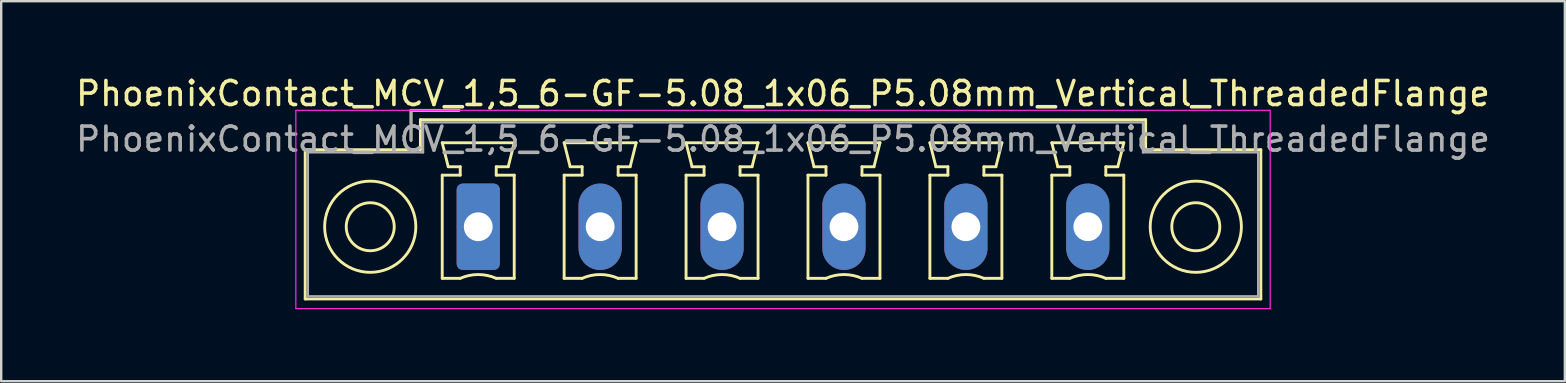
<source format=kicad_pcb>
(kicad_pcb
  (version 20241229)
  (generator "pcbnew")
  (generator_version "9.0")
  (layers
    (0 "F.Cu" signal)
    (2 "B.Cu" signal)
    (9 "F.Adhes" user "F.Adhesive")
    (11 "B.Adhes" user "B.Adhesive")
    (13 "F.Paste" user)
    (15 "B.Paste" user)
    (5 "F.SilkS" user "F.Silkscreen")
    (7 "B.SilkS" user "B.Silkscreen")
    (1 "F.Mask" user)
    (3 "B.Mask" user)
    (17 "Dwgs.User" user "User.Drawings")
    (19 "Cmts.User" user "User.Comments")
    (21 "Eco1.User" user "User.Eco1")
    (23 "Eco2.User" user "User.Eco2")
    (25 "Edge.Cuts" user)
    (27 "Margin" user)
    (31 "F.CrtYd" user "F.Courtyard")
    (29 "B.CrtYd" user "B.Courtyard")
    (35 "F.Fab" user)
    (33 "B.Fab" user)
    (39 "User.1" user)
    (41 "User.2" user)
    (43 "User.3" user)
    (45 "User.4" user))
  (footprint "PhoenixContact_MCV_1,5_6-GF-5.08_1x06_P5.08mm_Vertical_ThreadedFlange"
    (layer "F.Cu")
    (at 16.877 6.398)
    (property "Reference" "PhoenixContact_MCV_1,5_6-GF-5.08_1x06_P5.08mm_Vertical_ThreadedFlange" (at 12.7 -5.55 0) (layer "F.SilkS") (effects (font (size 1 1) (thickness 0.15))))
    (attr through_hole)
    (fp_line (start -7.21 -3.21) (end -7.21 3.01) (stroke (width 0.12) (type solid)) (layer "F.SilkS"))
    (fp_line (start -7.21 3.01) (end 32.61 3.01) (stroke (width 0.12) (type solid)) (layer "F.SilkS"))
    (fp_line (start -2.8 -4.85) (end -0.8 -4.85) (stroke (width 0.12) (type solid)) (layer "F.SilkS"))
    (fp_line (start -2.8 -3.6) (end -2.8 -4.85) (stroke (width 0.12) (type solid)) (layer "F.SilkS"))
    (fp_line (start -2.41 -4.46) (end -2.41 -3.21) (stroke (width 0.12) (type solid)) (layer "F.SilkS"))
    (fp_line (start -2.41 -3.21) (end -7.21 -3.21) (stroke (width 0.12) (type solid)) (layer "F.SilkS"))
    (fp_line (start -1.5 -3.5) (end 1.5 -3.5) (stroke (width 0.12) (type solid)) (layer "F.SilkS"))
    (fp_line (start -1.5 -2.15) (end -0.75 -2.15) (stroke (width 0.12) (type solid)) (layer "F.SilkS"))
    (fp_line (start -1.5 2.15) (end -1.5 -2.15) (stroke (width 0.12) (type solid)) (layer "F.SilkS"))
    (fp_line (start -1.25 -2.5) (end -1.5 -3.5) (stroke (width 0.12) (type solid)) (layer "F.SilkS"))
    (fp_line (start -0.75 -2.5) (end -1.25 -2.5) (stroke (width 0.12) (type solid)) (layer "F.SilkS"))
    (fp_line (start -0.75 -2.15) (end -0.75 -2.5) (stroke (width 0.12) (type solid)) (layer "F.SilkS"))
    (fp_line (start -0.75 2.15) (end -1.5 2.15) (stroke (width 0.12) (type solid)) (layer "F.SilkS"))
    (fp_line (start 0.75 -2.5) (end 0.75 -2.15) (stroke (width 0.12) (type solid)) (layer "F.SilkS"))
    (fp_line (start 0.75 -2.15) (end 1.5 -2.15) (stroke (width 0.12) (type solid)) (layer "F.SilkS"))
    (fp_line (start 1.25 -2.5) (end 0.75 -2.5) (stroke (width 0.12) (type solid)) (layer "F.SilkS"))
    (fp_line (start 1.5 -3.5) (end 1.25 -2.5) (stroke (width 0.12) (type solid)) (layer "F.SilkS"))
    (fp_line (start 1.5 -2.15) (end 1.5 2.15) (stroke (width 0.12) (type solid)) (layer "F.SilkS"))
    (fp_line (start 1.5 2.15) (end 0.75 2.15) (stroke (width 0.12) (type solid)) (layer "F.SilkS"))
    (fp_line (start 3.58 -3.5) (end 6.58 -3.5) (stroke (width 0.12) (type solid)) (layer "F.SilkS"))
    (fp_line (start 3.58 -2.15) (end 4.33 -2.15) (stroke (width 0.12) (type solid)) (layer "F.SilkS"))
    (fp_line (start 3.58 2.15) (end 3.58 -2.15) (stroke (width 0.12) (type solid)) (layer "F.SilkS"))
    (fp_line (start 3.83 -2.5) (end 3.58 -3.5) (stroke (width 0.12) (type solid)) (layer "F.SilkS"))
    (fp_line (start 4.33 -2.5) (end 3.83 -2.5) (stroke (width 0.12) (type solid)) (layer "F.SilkS"))
    (fp_line (start 4.33 -2.15) (end 4.33 -2.5) (stroke (width 0.12) (type solid)) (layer "F.SilkS"))
    (fp_line (start 4.33 2.15) (end 3.58 2.15) (stroke (width 0.12) (type solid)) (layer "F.SilkS"))
    (fp_line (start 5.83 -2.5) (end 5.83 -2.15) (stroke (width 0.12) (type solid)) (layer "F.SilkS"))
    (fp_line (start 5.83 -2.15) (end 6.58 -2.15) (stroke (width 0.12) (type solid)) (layer "F.SilkS"))
    (fp_line (start 6.33 -2.5) (end 5.83 -2.5) (stroke (width 0.12) (type solid)) (layer "F.SilkS"))
    (fp_line (start 6.58 -3.5) (end 6.33 -2.5) (stroke (width 0.12) (type solid)) (layer "F.SilkS"))
    (fp_line (start 6.58 -2.15) (end 6.58 2.15) (stroke (width 0.12) (type solid)) (layer "F.SilkS"))
    (fp_line (start 6.58 2.15) (end 5.83 2.15) (stroke (width 0.12) (type solid)) (layer "F.SilkS"))
    (fp_line (start 8.66 -3.5) (end 11.66 -3.5) (stroke (width 0.12) (type solid)) (layer "F.SilkS"))
    (fp_line (start 8.66 -2.15) (end 9.41 -2.15) (stroke (width 0.12) (type solid)) (layer "F.SilkS"))
    (fp_line (start 8.66 2.15) (end 8.66 -2.15) (stroke (width 0.12) (type solid)) (layer "F.SilkS"))
    (fp_line (start 8.91 -2.5) (end 8.66 -3.5) (stroke (width 0.12) (type solid)) (layer "F.SilkS"))
    (fp_line (start 9.41 -2.5) (end 8.91 -2.5) (stroke (width 0.12) (type solid)) (layer "F.SilkS"))
    (fp_line (start 9.41 -2.15) (end 9.41 -2.5) (stroke (width 0.12) (type solid)) (layer "F.SilkS"))
    (fp_line (start 9.41 2.15) (end 8.66 2.15) (stroke (width 0.12) (type solid)) (layer "F.SilkS"))
    (fp_line (start 10.91 -2.5) (end 10.91 -2.15) (stroke (width 0.12) (type solid)) (layer "F.SilkS"))
    (fp_line (start 10.91 -2.15) (end 11.66 -2.15) (stroke (width 0.12) (type solid)) (layer "F.SilkS"))
    (fp_line (start 11.41 -2.5) (end 10.91 -2.5) (stroke (width 0.12) (type solid)) (layer "F.SilkS"))
    (fp_line (start 11.66 -3.5) (end 11.41 -2.5) (stroke (width 0.12) (type solid)) (layer "F.SilkS"))
    (fp_line (start 11.66 -2.15) (end 11.66 2.15) (stroke (width 0.12) (type solid)) (layer "F.SilkS"))
    (fp_line (start 11.66 2.15) (end 10.91 2.15) (stroke (width 0.12) (type solid)) (layer "F.SilkS"))
    (fp_line (start 13.74 -3.5) (end 16.74 -3.5) (stroke (width 0.12) (type solid)) (layer "F.SilkS"))
    (fp_line (start 13.74 -2.15) (end 14.49 -2.15) (stroke (width 0.12) (type solid)) (layer "F.SilkS"))
    (fp_line (start 13.74 2.15) (end 13.74 -2.15) (stroke (width 0.12) (type solid)) (layer "F.SilkS"))
    (fp_line (start 13.99 -2.5) (end 13.74 -3.5) (stroke (width 0.12) (type solid)) (layer "F.SilkS"))
    (fp_line (start 14.49 -2.5) (end 13.99 -2.5) (stroke (width 0.12) (type solid)) (layer "F.SilkS"))
    (fp_line (start 14.49 -2.15) (end 14.49 -2.5) (stroke (width 0.12) (type solid)) (layer "F.SilkS"))
    (fp_line (start 14.49 2.15) (end 13.74 2.15) (stroke (width 0.12) (type solid)) (layer "F.SilkS"))
    (fp_line (start 15.99 -2.5) (end 15.99 -2.15) (stroke (width 0.12) (type solid)) (layer "F.SilkS"))
    (fp_line (start 15.99 -2.15) (end 16.74 -2.15) (stroke (width 0.12) (type solid)) (layer "F.SilkS"))
    (fp_line (start 16.49 -2.5) (end 15.99 -2.5) (stroke (width 0.12) (type solid)) (layer "F.SilkS"))
    (fp_line (start 16.74 -3.5) (end 16.49 -2.5) (stroke (width 0.12) (type solid)) (layer "F.SilkS"))
    (fp_line (start 16.74 -2.15) (end 16.74 2.15) (stroke (width 0.12) (type solid)) (layer "F.SilkS"))
    (fp_line (start 16.74 2.15) (end 15.99 2.15) (stroke (width 0.12) (type solid)) (layer "F.SilkS"))
    (fp_line (start 18.82 -3.5) (end 21.82 -3.5) (stroke (width 0.12) (type solid)) (layer "F.SilkS"))
    (fp_line (start 18.82 -2.15) (end 19.57 -2.15) (stroke (width 0.12) (type solid)) (layer "F.SilkS"))
    (fp_line (start 18.82 2.15) (end 18.82 -2.15) (stroke (width 0.12) (type solid)) (layer "F.SilkS"))
    (fp_line (start 19.07 -2.5) (end 18.82 -3.5) (stroke (width 0.12) (type solid)) (layer "F.SilkS"))
    (fp_line (start 19.57 -2.5) (end 19.07 -2.5) (stroke (width 0.12) (type solid)) (layer "F.SilkS"))
    (fp_line (start 19.57 -2.15) (end 19.57 -2.5) (stroke (width 0.12) (type solid)) (layer "F.SilkS"))
    (fp_line (start 19.57 2.15) (end 18.82 2.15) (stroke (width 0.12) (type solid)) (layer "F.SilkS"))
    (fp_line (start 21.07 -2.5) (end 21.07 -2.15) (stroke (width 0.12) (type solid)) (layer "F.SilkS"))
    (fp_line (start 21.07 -2.15) (end 21.82 -2.15) (stroke (width 0.12) (type solid)) (layer "F.SilkS"))
    (fp_line (start 21.57 -2.5) (end 21.07 -2.5) (stroke (width 0.12) (type solid)) (layer "F.SilkS"))
    (fp_line (start 21.82 -3.5) (end 21.57 -2.5) (stroke (width 0.12) (type solid)) (layer "F.SilkS"))
    (fp_line (start 21.82 -2.15) (end 21.82 2.15) (stroke (width 0.12) (type solid)) (layer "F.SilkS"))
    (fp_line (start 21.82 2.15) (end 21.07 2.15) (stroke (width 0.12) (type solid)) (layer "F.SilkS"))
    (fp_line (start 23.9 -3.5) (end 26.9 -3.5) (stroke (width 0.12) (type solid)) (layer "F.SilkS"))
    (fp_line (start 23.9 -2.15) (end 24.65 -2.15) (stroke (width 0.12) (type solid)) (layer "F.SilkS"))
    (fp_line (start 23.9 2.15) (end 23.9 -2.15) (stroke (width 0.12) (type solid)) (layer "F.SilkS"))
    (fp_line (start 24.15 -2.5) (end 23.9 -3.5) (stroke (width 0.12) (type solid)) (layer "F.SilkS"))
    (fp_line (start 24.65 -2.5) (end 24.15 -2.5) (stroke (width 0.12) (type solid)) (layer "F.SilkS"))
    (fp_line (start 24.65 -2.15) (end 24.65 -2.5) (stroke (width 0.12) (type solid)) (layer "F.SilkS"))
    (fp_line (start 24.65 2.15) (end 23.9 2.15) (stroke (width 0.12) (type solid)) (layer "F.SilkS"))
    (fp_line (start 26.15 -2.5) (end 26.15 -2.15) (stroke (width 0.12) (type solid)) (layer "F.SilkS"))
    (fp_line (start 26.15 -2.15) (end 26.9 -2.15) (stroke (width 0.12) (type solid)) (layer "F.SilkS"))
    (fp_line (start 26.65 -2.5) (end 26.15 -2.5) (stroke (width 0.12) (type solid)) (layer "F.SilkS"))
    (fp_line (start 26.9 -3.5) (end 26.65 -2.5) (stroke (width 0.12) (type solid)) (layer "F.SilkS"))
    (fp_line (start 26.9 -2.15) (end 26.9 2.15) (stroke (width 0.12) (type solid)) (layer "F.SilkS"))
    (fp_line (start 26.9 2.15) (end 26.15 2.15) (stroke (width 0.12) (type solid)) (layer "F.SilkS"))
    (fp_line (start 27.81 -4.46) (end -2.41 -4.46) (stroke (width 0.12) (type solid)) (layer "F.SilkS"))
    (fp_line (start 27.81 -3.21) (end 27.81 -4.46) (stroke (width 0.12) (type solid)) (layer "F.SilkS"))
    (fp_line (start 32.61 -3.21) (end 27.81 -3.21) (stroke (width 0.12) (type solid)) (layer "F.SilkS"))
    (fp_line (start 32.61 3.01) (end 32.61 -3.21) (stroke (width 0.12) (type solid)) (layer "F.SilkS"))
    (fp_arc (start -0.75 2.15) (mid -0.000193 1.99191) (end 0.749647 2.149844) (stroke (width 0.12) (type solid)) (layer "F.SilkS"))
    (fp_arc (start 4.33 2.15) (mid 5.079807 1.99191) (end 5.829647 2.149844) (stroke (width 0.12) (type solid)) (layer "F.SilkS"))
    (fp_arc (start 9.41 2.15) (mid 10.159807 1.99191) (end 10.909647 2.149844) (stroke (width 0.12) (type solid)) (layer "F.SilkS"))
    (fp_arc (start 14.49 2.15) (mid 15.239807 1.99191) (end 15.989647 2.149844) (stroke (width 0.12) (type solid)) (layer "F.SilkS"))
    (fp_arc (start 19.57 2.15) (mid 20.319807 1.99191) (end 21.069647 2.149844) (stroke (width 0.12) (type solid)) (layer "F.SilkS"))
    (fp_arc (start 24.65 2.15) (mid 25.399807 1.99191) (end 26.149647 2.149844) (stroke (width 0.12) (type solid)) (layer "F.SilkS"))
    (fp_circle (center -4.5 0) (end -3.5 0) (stroke (width 0.12) (type solid)) (fill no) (layer "F.SilkS"))
    (fp_circle (center -4.5 0) (end -2.6 0) (stroke (width 0.12) (type solid)) (fill no) (layer "F.SilkS"))
    (fp_circle (center 29.9 0) (end 30.9 0) (stroke (width 0.12) (type solid)) (fill no) (layer "F.SilkS"))
    (fp_circle (center 29.9 0) (end 31.8 0) (stroke (width 0.12) (type solid)) (fill no) (layer "F.SilkS"))
    (fp_line (start -7.6 -4.85) (end -7.6 3.41) (stroke (width 0.05) (type solid)) (layer "F.CrtYd"))
    (fp_line (start -7.6 3.41) (end 33 3.41) (stroke (width 0.05) (type solid)) (layer "F.CrtYd"))
    (fp_line (start 33 -4.85) (end -7.6 -4.85) (stroke (width 0.05) (type solid)) (layer "F.CrtYd"))
    (fp_line (start 33 3.41) (end 33 -4.85) (stroke (width 0.05) (type solid)) (layer "F.CrtYd"))
    (fp_line (start -7.1 -3.1) (end -7.1 2.9) (stroke (width 0.1) (type solid)) (layer "F.Fab"))
    (fp_line (start -7.1 2.9) (end 32.5 2.9) (stroke (width 0.1) (type solid)) (layer "F.Fab"))
    (fp_line (start -2.8 -4.85) (end -0.8 -4.85) (stroke (width 0.1) (type solid)) (layer "F.Fab"))
    (fp_line (start -2.8 -3.6) (end -2.8 -4.85) (stroke (width 0.1) (type solid)) (layer "F.Fab"))
    (fp_line (start -2.3 -4.35) (end -2.3 -3.1) (stroke (width 0.1) (type solid)) (layer "F.Fab"))
    (fp_line (start -2.3 -3.1) (end -7.1 -3.1) (stroke (width 0.1) (type solid)) (layer "F.Fab"))
    (fp_line (start 27.7 -4.35) (end -2.3 -4.35) (stroke (width 0.1) (type solid)) (layer "F.Fab"))
    (fp_line (start 27.7 -3.1) (end 27.7 -4.35) (stroke (width 0.1) (type solid)) (layer "F.Fab"))
    (fp_line (start 32.5 -3.1) (end 27.7 -3.1) (stroke (width 0.1) (type solid)) (layer "F.Fab"))
    (fp_line (start 32.5 2.9) (end 32.5 -3.1) (stroke (width 0.1) (type solid)) (layer "F.Fab"))
    (fp_text user "${REFERENCE}" (at 12.7 -3.65 0) (layer "F.Fab") (effects (font (size 1 1) (thickness 0.15))))
    (pad "1" thru_hole roundrect (at 0 0) (size 1.8 3.6) (drill 1.2) (layers "*.Cu" "*.Mask") (roundrect_rratio 0.139))
    (pad "2" thru_hole oval (at 5.08 0) (size 1.8 3.6) (drill 1.2) (layers "*.Cu" "*.Mask"))
    (pad "3" thru_hole oval (at 10.16 0) (size 1.8 3.6) (drill 1.2) (layers "*.Cu" "*.Mask"))
    (pad "4" thru_hole oval (at 15.24 0) (size 1.8 3.6) (drill 1.2) (layers "*.Cu" "*.Mask"))
    (pad "5" thru_hole oval (at 20.32 0) (size 1.8 3.6) (drill 1.2) (layers "*.Cu" "*.Mask"))
    (pad "6" thru_hole oval (at 25.4 0) (size 1.8 3.6) (drill 1.2) (layers "*.Cu" "*.Mask")))
  (gr_rect
    (start -3 -3)
    (end 62.155 12.833)
    (stroke (width 0.1) (type default))
    (fill no)
    (layer "Edge.Cuts")))
</source>
